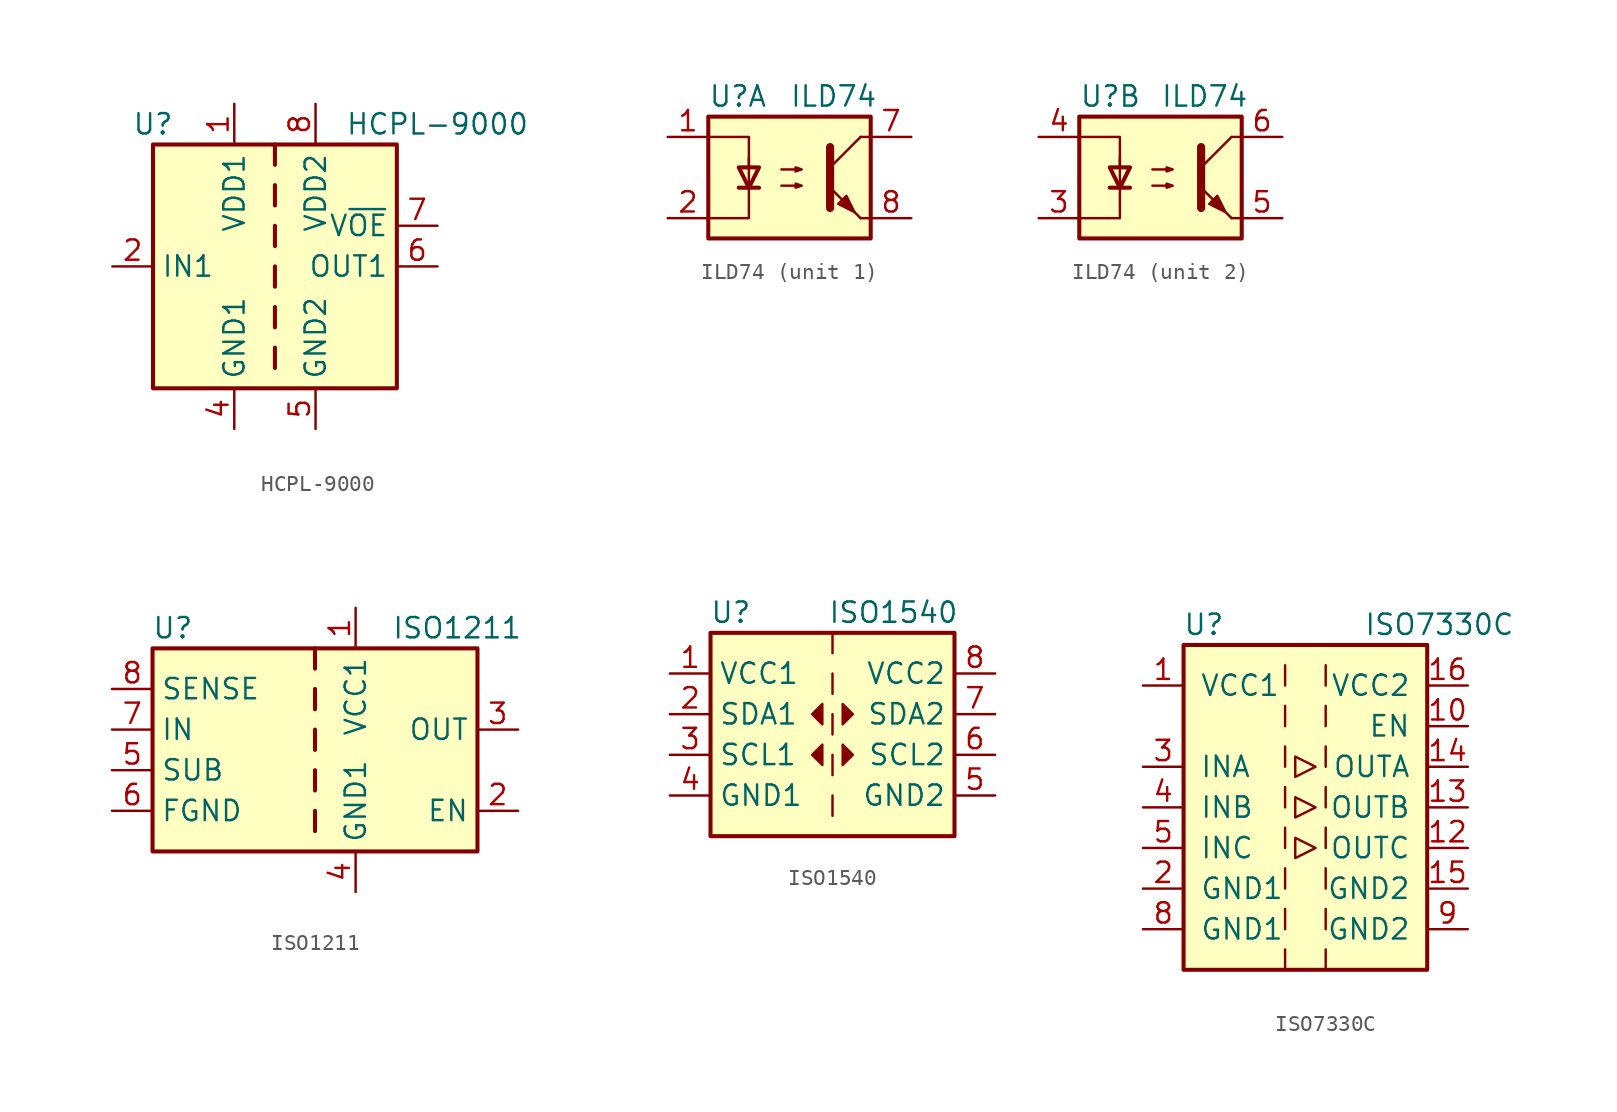
<source format=kicad_sym>
(kicad_symbol_lib
  (version 20201005)
  (generator kicad_symbol_editor)
  (symbol "HCPL-9000"
    (property "Reference" "U"
      (at -7.62 8.89 0)
      (effects (font (size 1.27 1.27))))
    (property "Value" "HCPL-9000"
      (at 10.16 8.89 0)
      (effects (font (size 1.27 1.27))))
    (symbol "HCPL-9000_0_1"
      (rectangle (start -7.62 7.62) (end 7.62 -7.62) (stroke (width 0.254)) (fill (type background)))
      (polyline (pts (xy 0 -6.35) (xy 0 -5.08)) (stroke (width 0.254)) (fill (type none)))
      (polyline (pts (xy 0 -3.81) (xy 0 -2.54)) (stroke (width 0.254)) (fill (type none)))
      (polyline (pts (xy 0 -1.27) (xy 0 0)) (stroke (width 0.254)) (fill (type none)))
      (polyline (pts (xy 0 1.27) (xy 0 2.54)) (stroke (width 0.254)) (fill (type none)))
      (polyline (pts (xy 0 3.81) (xy 0 5.08)) (stroke (width 0.254)) (fill (type none)))
      (polyline (pts (xy 0 6.35) (xy 0 7.62)) (stroke (width 0.254)) (fill (type none))))
    (symbol "HCPL-9000_1_1"
      (pin power_in line (at -2.54 10.16 270) (length 2.54) (name "VDD1" (effects (font (size 1.27 1.27)))) (number "1" (effects (font (size 1.27 1.27)))))
      (pin input line (at -10.16 0 0) (length 2.54) (name "IN1" (effects (font (size 1.27 1.27)))) (number "2" (effects (font (size 1.27 1.27)))))
      (pin no_connect line (at -7.62 -2.54 0) (length 2.54) hide (name "NC" (effects (font (size 1.27 1.27)))) (number "3" (effects (font (size 1.27 1.27)))))
      (pin power_in line (at -2.54 -10.16 90) (length 2.54) (name "GND1" (effects (font (size 1.27 1.27)))) (number "4" (effects (font (size 1.27 1.27)))))
      (pin power_in line (at 2.54 -10.16 90) (length 2.54) (name "GND2" (effects (font (size 1.27 1.27)))) (number "5" (effects (font (size 1.27 1.27)))))
      (pin output line (at 10.16 0 180) (length 2.54) (name "OUT1" (effects (font (size 1.27 1.27)))) (number "6" (effects (font (size 1.27 1.27)))))
      (pin input line (at 10.16 2.54 180) (length 2.54) (name "V~OE" (effects (font (size 1.27 1.27)))) (number "7" (effects (font (size 1.27 1.27)))))
      (pin power_in line (at 2.54 10.16 270) (length 2.54) (name "VDD2" (effects (font (size 1.27 1.27)))) (number "8" (effects (font (size 1.27 1.27)))))))
  (symbol "ILD74"
    (pin_names
      (offset 1.016))
    (property "Reference" "U"
      (at -5.08 5.08 0)
      (effects (font (size 1.27 1.27)) (justify left)))
    (property "Value" "ILD74"
      (at 0 5.08 0)
      (effects (font (size 1.27 1.27)) (justify left)))
    (symbol "ILD74_0_1"
      (rectangle (start -5.08 3.81) (end 5.08 -3.81) (stroke (width 0.254)) (fill (type background)))
      (polyline (pts (xy -3.175 -0.635) (xy -1.905 -0.635)) (stroke (width 0.254)) (fill (type none)))
      (polyline (pts (xy 2.54 0.635) (xy 4.445 2.54)) (stroke (width 0)) (fill (type none)))
      (polyline (pts (xy 4.445 -2.54) (xy 2.54 -0.635)) (stroke (width 0)) (fill (type outline)))
      (polyline (pts (xy 4.445 -2.54) (xy 5.08 -2.54)) (stroke (width 0)) (fill (type none)))
      (polyline (pts (xy 4.445 2.54) (xy 5.08 2.54)) (stroke (width 0)) (fill (type none)))
      (polyline (pts (xy -5.08 2.54) (xy -2.54 2.54) (xy -2.54 0.635)) (stroke (width 0)) (fill (type none)))
      (polyline (pts (xy 2.54 1.905) (xy 2.54 -1.905) (xy 2.54 -1.905)) (stroke (width 0.508)) (fill (type none)))
      (polyline (pts (xy -2.54 -0.635) (xy -3.175 0.635) (xy -1.905 0.635) (xy -2.54 -0.635)) (stroke (width 0.254)) (fill (type none)))
      (polyline (pts (xy -2.54 -0.635) (xy -2.54 1.27) (xy -2.54 -2.54) (xy -5.08 -2.54)) (stroke (width 0)) (fill (type none)))
      (polyline (pts (xy -0.508 -0.508) (xy 0.762 -0.508) (xy 0.381 -0.635) (xy 0.381 -0.381) (xy 0.762 -0.508)) (stroke (width 0)) (fill (type none)))
      (polyline (pts (xy -0.508 0.508) (xy 0.762 0.508) (xy 0.381 0.381) (xy 0.381 0.635) (xy 0.762 0.508)) (stroke (width 0)) (fill (type none)))
      (polyline (pts (xy 3.048 -1.651) (xy 3.556 -1.143) (xy 4.064 -2.159) (xy 3.048 -1.651) (xy 3.048 -1.651)) (stroke (width 0)) (fill (type outline))))
    (symbol "ILD74_1_1"
      (pin passive line (at -7.62 2.54 0) (length 2.54) (name "~" (effects (font (size 1.27 1.27)))) (number "1" (effects (font (size 1.27 1.27)))))
      (pin passive line (at -7.62 -2.54 0) (length 2.54) (name "~" (effects (font (size 1.27 1.27)))) (number "2" (effects (font (size 1.27 1.27)))))
      (pin passive line (at 7.62 2.54 180) (length 2.54) (name "~" (effects (font (size 1.27 1.27)))) (number "7" (effects (font (size 1.27 1.27)))))
      (pin passive line (at 7.62 -2.54 180) (length 2.54) (name "~" (effects (font (size 1.27 1.27)))) (number "8" (effects (font (size 1.27 1.27))))))
    (symbol "ILD74_2_1"
      (pin passive line (at -7.62 -2.54 0) (length 2.54) (name "~" (effects (font (size 1.27 1.27)))) (number "3" (effects (font (size 1.27 1.27)))))
      (pin passive line (at -7.62 2.54 0) (length 2.54) (name "~" (effects (font (size 1.27 1.27)))) (number "4" (effects (font (size 1.27 1.27)))))
      (pin passive line (at 7.62 -2.54 180) (length 2.54) (name "~" (effects (font (size 1.27 1.27)))) (number "5" (effects (font (size 1.27 1.27)))))
      (pin passive line (at 7.62 2.54 180) (length 2.54) (name "~" (effects (font (size 1.27 1.27)))) (number "6" (effects (font (size 1.27 1.27)))))))
  (symbol "ISO1211"
    (property "Reference" "U"
      (at -8.89 6.35 0)
      (effects (font (size 1.27 1.27))))
    (property "Value" "ISO1211"
      (at 8.89 6.35 0)
      (effects (font (size 1.27 1.27))))
    (symbol "ISO1211_0_1"
      (rectangle (start -10.16 5.08) (end 10.16 -7.62) (stroke (width 0.254)) (fill (type background)))
      (polyline (pts (xy 0 -6.35) (xy 0 -5.08)) (stroke (width 0.254)) (fill (type none)))
      (polyline (pts (xy 0 -3.81) (xy 0 -2.54)) (stroke (width 0.254)) (fill (type none)))
      (polyline (pts (xy 0 -1.27) (xy 0 0)) (stroke (width 0.254)) (fill (type none)))
      (polyline (pts (xy 0 1.27) (xy 0 2.54)) (stroke (width 0.254)) (fill (type none)))
      (polyline (pts (xy 0 3.81) (xy 0 5.08)) (stroke (width 0.254)) (fill (type none))))
    (symbol "ISO1211_1_1"
      (pin power_in line (at 2.54 7.62 270) (length 2.54) (name "VCC1" (effects (font (size 1.27 1.27)))) (number "1" (effects (font (size 1.27 1.27)))))
      (pin input line (at 12.7 -5.08 180) (length 2.54) (name "EN" (effects (font (size 1.27 1.27)))) (number "2" (effects (font (size 1.27 1.27)))))
      (pin tri_state line (at 12.7 0 180) (length 2.54) (name "OUT" (effects (font (size 1.27 1.27)))) (number "3" (effects (font (size 1.27 1.27)))))
      (pin power_in line (at 2.54 -10.16 90) (length 2.54) (name "GND1" (effects (font (size 1.27 1.27)))) (number "4" (effects (font (size 1.27 1.27)))))
      (pin passive line (at -12.7 -2.54 0) (length 2.54) (name "SUB" (effects (font (size 1.27 1.27)))) (number "5" (effects (font (size 1.27 1.27)))))
      (pin power_in line (at -12.7 -5.08 0) (length 2.54) (name "FGND" (effects (font (size 1.27 1.27)))) (number "6" (effects (font (size 1.27 1.27)))))
      (pin input line (at -12.7 0 0) (length 2.54) (name "IN" (effects (font (size 1.27 1.27)))) (number "7" (effects (font (size 1.27 1.27)))))
      (pin input line (at -12.7 2.54 0) (length 2.54) (name "SENSE" (effects (font (size 1.27 1.27)))) (number "8" (effects (font (size 1.27 1.27)))))))
  (symbol "ISO1540"
    (property "Reference" "U"
      (at -6.35 6.35 0)
      (effects (font (size 1.27 1.27))))
    (property "Value" "ISO1540"
      (at 3.81 6.35 0)
      (effects (font (size 1.27 1.27))))
    (symbol "ISO1540_0_1"
      (rectangle (start -7.62 5.08) (end 7.62 -7.62) (stroke (width 0.254)) (fill (type background)))
      (rectangle (start 0 -5.08) (end 0 -6.35) (stroke (width 0)) (fill (type none)))
      (polyline (pts (xy 0 -2.54) (xy 0 -3.81)) (stroke (width 0)) (fill (type none)))
      (polyline (pts (xy 0 0) (xy 0 -1.27)) (stroke (width 0)) (fill (type none)))
      (polyline (pts (xy 0 2.54) (xy 0 1.27)) (stroke (width 0)) (fill (type none)))
      (polyline (pts (xy 0 5.08) (xy 0 3.81)) (stroke (width 0)) (fill (type none)))
      (polyline (pts (xy -0.635 0.635) (xy -1.27 0) (xy -0.635 -0.635) (xy -0.635 0.635)) (stroke (width 0)) (fill (type outline)))
      (polyline (pts (xy 0.635 -1.905) (xy 1.27 -2.54) (xy 0.635 -3.175) (xy 0.635 -1.905)) (stroke (width 0)) (fill (type outline)))
      (polyline (pts (xy 0.635 0.635) (xy 1.27 0) (xy 0.635 -0.635) (xy 0.635 0.635)) (stroke (width 0)) (fill (type outline))))
    (symbol "ISO1540_1_1"
      (polyline (pts (xy -0.635 -1.905) (xy -1.27 -2.54) (xy -0.635 -3.175) (xy -0.635 -1.905)) (stroke (width 0)) (fill (type outline)))
      (pin power_in line (at -10.16 2.54 0) (length 2.54) (name "VCC1" (effects (font (size 1.27 1.27)))) (number "1" (effects (font (size 1.27 1.27)))))
      (pin bidirectional line (at -10.16 0 0) (length 2.54) (name "SDA1" (effects (font (size 1.27 1.27)))) (number "2" (effects (font (size 1.27 1.27)))))
      (pin bidirectional line (at -10.16 -2.54 0) (length 2.54) (name "SCL1" (effects (font (size 1.27 1.27)))) (number "3" (effects (font (size 1.27 1.27)))))
      (pin power_in line (at -10.16 -5.08 0) (length 2.54) (name "GND1" (effects (font (size 1.27 1.27)))) (number "4" (effects (font (size 1.27 1.27)))))
      (pin power_in line (at 10.16 -5.08 180) (length 2.54) (name "GND2" (effects (font (size 1.27 1.27)))) (number "5" (effects (font (size 1.27 1.27)))))
      (pin bidirectional line (at 10.16 -2.54 180) (length 2.54) (name "SCL2" (effects (font (size 1.27 1.27)))) (number "6" (effects (font (size 1.27 1.27)))))
      (pin bidirectional line (at 10.16 0 180) (length 2.54) (name "SDA2" (effects (font (size 1.27 1.27)))) (number "7" (effects (font (size 1.27 1.27)))))
      (pin power_in line (at 10.16 2.54 180) (length 2.54) (name "VCC2" (effects (font (size 1.27 1.27)))) (number "8" (effects (font (size 1.27 1.27)))))))
  (symbol "ISO7330C"
    (pin_names
      (offset 1.016))
    (property "Reference" "U"
      (at -6.35 11.43 0)
      (effects (font (size 1.27 1.27))))
    (property "Value" "ISO7330C"
      (at 8.382 11.43 0)
      (effects (font (size 1.27 1.27))))
    (symbol "ISO7330C_0_1"
      (rectangle (start -7.62 10.16) (end 7.62 -10.16) (stroke (width 0.254)) (fill (type background)))
      (polyline (pts (xy -1.27 -8.89) (xy -1.27 -10.16)) (stroke (width 0)) (fill (type none)))
      (polyline (pts (xy -1.27 -6.35) (xy -1.27 -7.62)) (stroke (width 0)) (fill (type none)))
      (polyline (pts (xy -1.27 -3.81) (xy -1.27 -5.08)) (stroke (width 0)) (fill (type none)))
      (polyline (pts (xy -1.27 -1.27) (xy -1.27 -2.54)) (stroke (width 0)) (fill (type none)))
      (polyline (pts (xy -1.27 1.27) (xy -1.27 0)) (stroke (width 0)) (fill (type none)))
      (polyline (pts (xy -1.27 3.81) (xy -1.27 2.54)) (stroke (width 0)) (fill (type none)))
      (polyline (pts (xy -1.27 6.35) (xy -1.27 5.08)) (stroke (width 0)) (fill (type none)))
      (polyline (pts (xy -1.27 8.89) (xy -1.27 7.62)) (stroke (width 0)) (fill (type none)))
      (polyline (pts (xy 1.27 -8.89) (xy 1.27 -10.16)) (stroke (width 0)) (fill (type none)))
      (polyline (pts (xy 1.27 -6.35) (xy 1.27 -7.62)) (stroke (width 0)) (fill (type none)))
      (polyline (pts (xy 1.27 -3.81) (xy 1.27 -5.08)) (stroke (width 0)) (fill (type none)))
      (polyline (pts (xy 1.27 -1.27) (xy 1.27 -2.54)) (stroke (width 0)) (fill (type none)))
      (polyline (pts (xy 1.27 1.27) (xy 1.27 0)) (stroke (width 0)) (fill (type none)))
      (polyline (pts (xy 1.27 3.81) (xy 1.27 2.54)) (stroke (width 0)) (fill (type none)))
      (polyline (pts (xy 1.27 6.35) (xy 1.27 5.08)) (stroke (width 0)) (fill (type none)))
      (polyline (pts (xy 1.27 8.89) (xy 1.27 7.62)) (stroke (width 0)) (fill (type none)))
      (polyline (pts (xy -0.635 -1.905) (xy -0.635 -3.175) (xy 0.635 -2.54) (xy -0.635 -1.905)) (stroke (width 0)) (fill (type none)))
      (polyline (pts (xy -0.635 0.635) (xy -0.635 -0.635) (xy 0.635 0) (xy -0.635 0.635)) (stroke (width 0)) (fill (type none)))
      (polyline (pts (xy -0.635 3.175) (xy -0.635 1.905) (xy 0.635 2.54) (xy -0.635 3.175)) (stroke (width 0)) (fill (type none))))
    (symbol "ISO7330C_1_1"
      (pin power_in line (at -10.16 7.62 0) (length 2.54) (name "VCC1" (effects (font (size 1.27 1.27)))) (number "1" (effects (font (size 1.27 1.27)))))
      (pin input line (at 10.16 5.08 180) (length 2.54) (name "EN" (effects (font (size 1.27 1.27)))) (number "10" (effects (font (size 1.27 1.27)))))
      (pin no_connect line (at -7.62 5.08 0) (length 2.54) hide (name "NC" (effects (font (size 1.27 1.27)))) (number "11" (effects (font (size 1.27 1.27)))))
      (pin output line (at 10.16 -2.54 180) (length 2.54) (name "OUTC" (effects (font (size 1.27 1.27)))) (number "12" (effects (font (size 1.27 1.27)))))
      (pin output line (at 10.16 0 180) (length 2.54) (name "OUTB" (effects (font (size 1.27 1.27)))) (number "13" (effects (font (size 1.27 1.27)))))
      (pin output line (at 10.16 2.54 180) (length 2.54) (name "OUTA" (effects (font (size 1.27 1.27)))) (number "14" (effects (font (size 1.27 1.27)))))
      (pin power_in line (at 10.16 -5.08 180) (length 2.54) (name "GND2" (effects (font (size 1.27 1.27)))) (number "15" (effects (font (size 1.27 1.27)))))
      (pin power_in line (at 10.16 7.62 180) (length 2.54) (name "VCC2" (effects (font (size 1.27 1.27)))) (number "16" (effects (font (size 1.27 1.27)))))
      (pin power_in line (at -10.16 -5.08 0) (length 2.54) (name "GND1" (effects (font (size 1.27 1.27)))) (number "2" (effects (font (size 1.27 1.27)))))
      (pin input line (at -10.16 2.54 0) (length 2.54) (name "INA" (effects (font (size 1.27 1.27)))) (number "3" (effects (font (size 1.27 1.27)))))
      (pin input line (at -10.16 0 0) (length 2.54) (name "INB" (effects (font (size 1.27 1.27)))) (number "4" (effects (font (size 1.27 1.27)))))
      (pin input line (at -10.16 -2.54 0) (length 2.54) (name "INC" (effects (font (size 1.27 1.27)))) (number "5" (effects (font (size 1.27 1.27)))))
      (pin no_connect line (at 0 -10.16 90) (length 2.54) hide (name "NC" (effects (font (size 1.27 1.27)))) (number "6" (effects (font (size 1.27 1.27)))))
      (pin no_connect line (at 0 10.16 270) (length 2.54) hide (name "NC" (effects (font (size 1.27 1.27)))) (number "7" (effects (font (size 1.27 1.27)))))
      (pin power_in line (at -10.16 -7.62 0) (length 2.54) (name "GND1" (effects (font (size 1.27 1.27)))) (number "8" (effects (font (size 1.27 1.27)))))
      (pin power_in line (at 10.16 -7.62 180) (length 2.54) (name "GND2" (effects (font (size 1.27 1.27)))) (number "9" (effects (font (size 1.27 1.27))))))))
</source>
